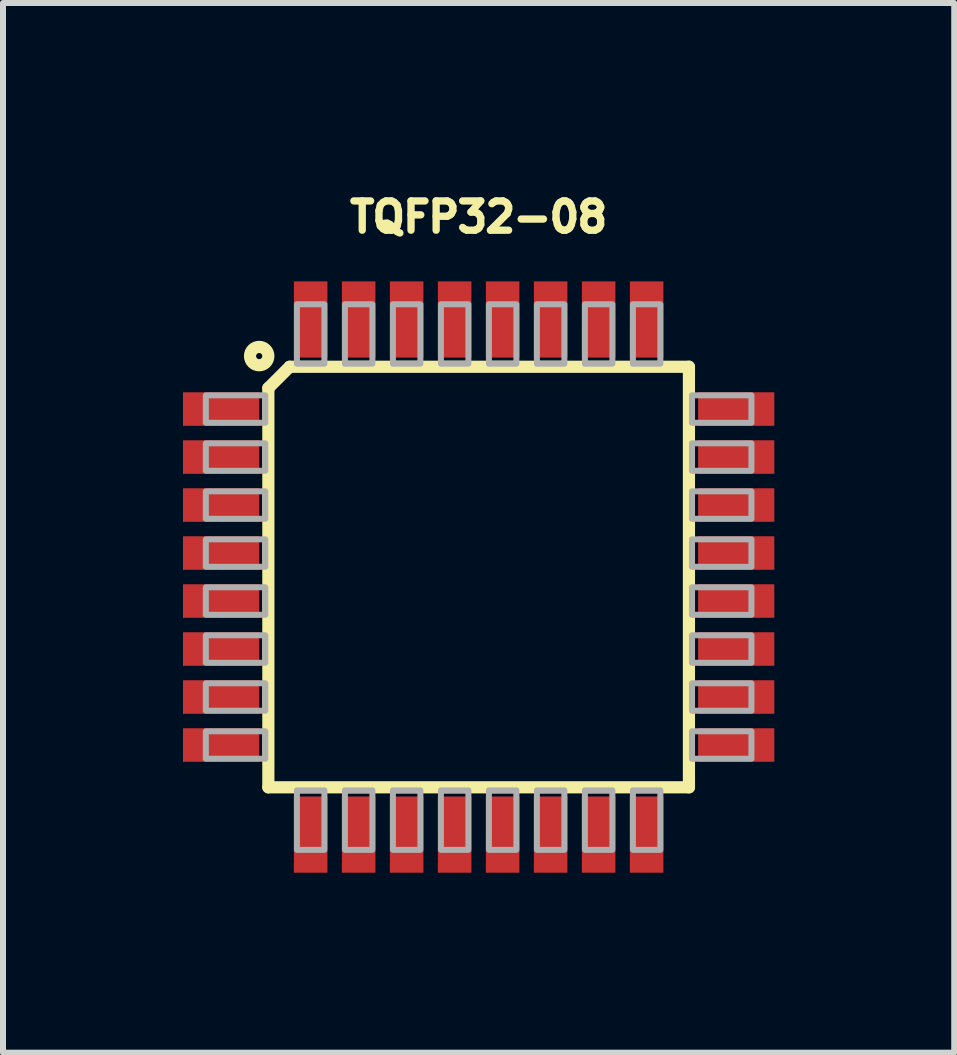
<source format=kicad_pcb>
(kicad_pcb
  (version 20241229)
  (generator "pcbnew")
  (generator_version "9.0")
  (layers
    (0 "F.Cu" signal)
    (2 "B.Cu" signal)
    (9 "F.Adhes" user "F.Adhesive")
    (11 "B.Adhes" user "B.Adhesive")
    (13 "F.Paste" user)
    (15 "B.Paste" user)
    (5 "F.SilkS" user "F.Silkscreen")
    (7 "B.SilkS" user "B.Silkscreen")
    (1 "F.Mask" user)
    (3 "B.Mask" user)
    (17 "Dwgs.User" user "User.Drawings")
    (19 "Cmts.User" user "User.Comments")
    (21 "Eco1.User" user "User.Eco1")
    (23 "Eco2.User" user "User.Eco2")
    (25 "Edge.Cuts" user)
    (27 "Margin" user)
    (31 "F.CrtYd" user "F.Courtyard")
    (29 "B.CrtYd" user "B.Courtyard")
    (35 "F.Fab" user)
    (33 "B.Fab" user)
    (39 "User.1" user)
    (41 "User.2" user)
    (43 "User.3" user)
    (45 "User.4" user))
  (footprint "TQFP32-08"
    (layer "F.Cu")
    (at 4.928 6.568)
    (property "Reference" "TQFP32-08" (at 0 -5.715 0) (unlocked yes) (layer "F.SilkS") (effects (font (size 0.488 0.488) (thickness 0.122)) (justify bottom)))
    (fp_line (start -3.505 3.505) (end -3.505 -3.15) (stroke (width 0.203) (type solid)) (layer "F.SilkS"))
    (fp_line (start -3.15 -3.505) (end -3.505 -3.15) (stroke (width 0.203) (type solid)) (layer "F.SilkS"))
    (fp_line (start -3.15 -3.505) (end 3.505 -3.505) (stroke (width 0.203) (type solid)) (layer "F.SilkS"))
    (fp_line (start 3.505 -3.505) (end 3.505 3.505) (stroke (width 0.203) (type solid)) (layer "F.SilkS"))
    (fp_line (start 3.505 3.505) (end -3.505 3.505) (stroke (width 0.203) (type solid)) (layer "F.SilkS"))
    (fp_circle (center -3.658 -3.683) (end -3.505 -3.683) (stroke (width 0.203) (type solid)) (fill no) (layer "F.SilkS"))
    (fp_poly (pts (xy -4.547 -2.571) (xy -3.556 -2.571) (xy -3.556 -3.029) (xy -4.547 -3.029)) (stroke (width 0.1) (type default)) (fill no) (layer "F.Fab"))
    (fp_poly (pts (xy -4.547 -1.771) (xy -3.556 -1.771) (xy -3.556 -2.229) (xy -4.547 -2.229)) (stroke (width 0.1) (type default)) (fill no) (layer "F.Fab"))
    (fp_poly (pts (xy -4.547 -0.971) (xy -3.556 -0.971) (xy -3.556 -1.429) (xy -4.547 -1.429)) (stroke (width 0.1) (type default)) (fill no) (layer "F.Fab"))
    (fp_poly (pts (xy -4.547 -0.171) (xy -3.556 -0.171) (xy -3.556 -0.629) (xy -4.547 -0.629)) (stroke (width 0.1) (type default)) (fill no) (layer "F.Fab"))
    (fp_poly (pts (xy -4.547 0.629) (xy -3.556 0.629) (xy -3.556 0.171) (xy -4.547 0.171)) (stroke (width 0.1) (type default)) (fill no) (layer "F.Fab"))
    (fp_poly (pts (xy -4.547 1.429) (xy -3.556 1.429) (xy -3.556 0.971) (xy -4.547 0.971)) (stroke (width 0.1) (type default)) (fill no) (layer "F.Fab"))
    (fp_poly (pts (xy -4.547 2.229) (xy -3.556 2.229) (xy -3.556 1.771) (xy -4.547 1.771)) (stroke (width 0.1) (type default)) (fill no) (layer "F.Fab"))
    (fp_poly (pts (xy -4.547 3.029) (xy -3.556 3.029) (xy -3.556 2.571) (xy -4.547 2.571)) (stroke (width 0.1) (type default)) (fill no) (layer "F.Fab"))
    (fp_poly (pts (xy -3.029 -3.556) (xy -2.571 -3.556) (xy -2.571 -4.547) (xy -3.029 -4.547)) (stroke (width 0.1) (type default)) (fill no) (layer "F.Fab"))
    (fp_poly (pts (xy -3.029 4.547) (xy -2.571 4.547) (xy -2.571 3.556) (xy -3.029 3.556)) (stroke (width 0.1) (type default)) (fill no) (layer "F.Fab"))
    (fp_poly (pts (xy -2.229 -3.556) (xy -1.771 -3.556) (xy -1.771 -4.547) (xy -2.229 -4.547)) (stroke (width 0.1) (type default)) (fill no) (layer "F.Fab"))
    (fp_poly (pts (xy -2.229 4.547) (xy -1.771 4.547) (xy -1.771 3.556) (xy -2.229 3.556)) (stroke (width 0.1) (type default)) (fill no) (layer "F.Fab"))
    (fp_poly (pts (xy -1.429 -3.556) (xy -0.971 -3.556) (xy -0.971 -4.547) (xy -1.429 -4.547)) (stroke (width 0.1) (type default)) (fill no) (layer "F.Fab"))
    (fp_poly (pts (xy -1.429 4.547) (xy -0.971 4.547) (xy -0.971 3.556) (xy -1.429 3.556)) (stroke (width 0.1) (type default)) (fill no) (layer "F.Fab"))
    (fp_poly (pts (xy -0.629 -3.556) (xy -0.171 -3.556) (xy -0.171 -4.547) (xy -0.629 -4.547)) (stroke (width 0.1) (type default)) (fill no) (layer "F.Fab"))
    (fp_poly (pts (xy -0.629 4.547) (xy -0.171 4.547) (xy -0.171 3.556) (xy -0.629 3.556)) (stroke (width 0.1) (type default)) (fill no) (layer "F.Fab"))
    (fp_poly (pts (xy 0.171 -3.556) (xy 0.629 -3.556) (xy 0.629 -4.547) (xy 0.171 -4.547)) (stroke (width 0.1) (type default)) (fill no) (layer "F.Fab"))
    (fp_poly (pts (xy 0.171 4.547) (xy 0.629 4.547) (xy 0.629 3.556) (xy 0.171 3.556)) (stroke (width 0.1) (type default)) (fill no) (layer "F.Fab"))
    (fp_poly (pts (xy 0.971 -3.556) (xy 1.429 -3.556) (xy 1.429 -4.547) (xy 0.971 -4.547)) (stroke (width 0.1) (type default)) (fill no) (layer "F.Fab"))
    (fp_poly (pts (xy 0.971 4.547) (xy 1.429 4.547) (xy 1.429 3.556) (xy 0.971 3.556)) (stroke (width 0.1) (type default)) (fill no) (layer "F.Fab"))
    (fp_poly (pts (xy 1.771 -3.556) (xy 2.229 -3.556) (xy 2.229 -4.547) (xy 1.771 -4.547)) (stroke (width 0.1) (type default)) (fill no) (layer "F.Fab"))
    (fp_poly (pts (xy 1.771 4.547) (xy 2.229 4.547) (xy 2.229 3.556) (xy 1.771 3.556)) (stroke (width 0.1) (type default)) (fill no) (layer "F.Fab"))
    (fp_poly (pts (xy 2.571 -3.556) (xy 3.029 -3.556) (xy 3.029 -4.547) (xy 2.571 -4.547)) (stroke (width 0.1) (type default)) (fill no) (layer "F.Fab"))
    (fp_poly (pts (xy 2.571 4.547) (xy 3.029 4.547) (xy 3.029 3.556) (xy 2.571 3.556)) (stroke (width 0.1) (type default)) (fill no) (layer "F.Fab"))
    (fp_poly (pts (xy 3.556 -2.571) (xy 4.547 -2.571) (xy 4.547 -3.029) (xy 3.556 -3.029)) (stroke (width 0.1) (type default)) (fill no) (layer "F.Fab"))
    (fp_poly (pts (xy 3.556 -1.771) (xy 4.547 -1.771) (xy 4.547 -2.229) (xy 3.556 -2.229)) (stroke (width 0.1) (type default)) (fill no) (layer "F.Fab"))
    (fp_poly (pts (xy 3.556 -0.971) (xy 4.547 -0.971) (xy 4.547 -1.429) (xy 3.556 -1.429)) (stroke (width 0.1) (type default)) (fill no) (layer "F.Fab"))
    (fp_poly (pts (xy 3.556 -0.171) (xy 4.547 -0.171) (xy 4.547 -0.629) (xy 3.556 -0.629)) (stroke (width 0.1) (type default)) (fill no) (layer "F.Fab"))
    (fp_poly (pts (xy 3.556 0.629) (xy 4.547 0.629) (xy 4.547 0.171) (xy 3.556 0.171)) (stroke (width 0.1) (type default)) (fill no) (layer "F.Fab"))
    (fp_poly (pts (xy 3.556 1.429) (xy 4.547 1.429) (xy 4.547 0.971) (xy 3.556 0.971)) (stroke (width 0.1) (type default)) (fill no) (layer "F.Fab"))
    (fp_poly (pts (xy 3.556 2.229) (xy 4.547 2.229) (xy 4.547 1.771) (xy 3.556 1.771)) (stroke (width 0.1) (type default)) (fill no) (layer "F.Fab"))
    (fp_poly (pts (xy 3.556 3.029) (xy 4.547 3.029) (xy 4.547 2.571) (xy 3.556 2.571)) (stroke (width 0.1) (type default)) (fill no) (layer "F.Fab"))
    (pad "1" smd rect (at -4.293 -2.8) (size 1.27 0.559) (layers "F.Cu" "F.Mask" "F.Paste"))
    (pad "2" smd rect (at -4.293 -2) (size 1.27 0.559) (layers "F.Cu" "F.Mask" "F.Paste"))
    (pad "3" smd rect (at -4.293 -1.2) (size 1.27 0.559) (layers "F.Cu" "F.Mask" "F.Paste"))
    (pad "4" smd rect (at -4.293 -0.4) (size 1.27 0.559) (layers "F.Cu" "F.Mask" "F.Paste"))
    (pad "5" smd rect (at -4.293 0.4) (size 1.27 0.559) (layers "F.Cu" "F.Mask" "F.Paste"))
    (pad "6" smd rect (at -4.293 1.2) (size 1.27 0.559) (layers "F.Cu" "F.Mask" "F.Paste"))
    (pad "7" smd rect (at -4.293 2) (size 1.27 0.559) (layers "F.Cu" "F.Mask" "F.Paste"))
    (pad "8" smd rect (at -4.293 2.8) (size 1.27 0.559) (layers "F.Cu" "F.Mask" "F.Paste"))
    (pad "9" smd rect (at -2.8 4.293) (size 0.559 1.27) (layers "F.Cu" "F.Mask" "F.Paste"))
    (pad "10" smd rect (at -2 4.293) (size 0.559 1.27) (layers "F.Cu" "F.Mask" "F.Paste"))
    (pad "11" smd rect (at -1.2 4.293) (size 0.559 1.27) (layers "F.Cu" "F.Mask" "F.Paste"))
    (pad "12" smd rect (at -0.4 4.293) (size 0.559 1.27) (layers "F.Cu" "F.Mask" "F.Paste"))
    (pad "13" smd rect (at 0.4 4.293) (size 0.559 1.27) (layers "F.Cu" "F.Mask" "F.Paste"))
    (pad "14" smd rect (at 1.2 4.293) (size 0.559 1.27) (layers "F.Cu" "F.Mask" "F.Paste"))
    (pad "15" smd rect (at 2 4.293) (size 0.559 1.27) (layers "F.Cu" "F.Mask" "F.Paste"))
    (pad "16" smd rect (at 2.8 4.293) (size 0.559 1.27) (layers "F.Cu" "F.Mask" "F.Paste"))
    (pad "17" smd rect (at 4.293 2.8) (size 1.27 0.559) (layers "F.Cu" "F.Mask" "F.Paste"))
    (pad "18" smd rect (at 4.293 2) (size 1.27 0.559) (layers "F.Cu" "F.Mask" "F.Paste"))
    (pad "19" smd rect (at 4.293 1.2) (size 1.27 0.559) (layers "F.Cu" "F.Mask" "F.Paste"))
    (pad "20" smd rect (at 4.293 0.4) (size 1.27 0.559) (layers "F.Cu" "F.Mask" "F.Paste"))
    (pad "21" smd rect (at 4.293 -0.4) (size 1.27 0.559) (layers "F.Cu" "F.Mask" "F.Paste"))
    (pad "22" smd rect (at 4.293 -1.2) (size 1.27 0.559) (layers "F.Cu" "F.Mask" "F.Paste"))
    (pad "23" smd rect (at 4.293 -2) (size 1.27 0.559) (layers "F.Cu" "F.Mask" "F.Paste"))
    (pad "24" smd rect (at 4.293 -2.8) (size 1.27 0.559) (layers "F.Cu" "F.Mask" "F.Paste"))
    (pad "25" smd rect (at 2.8 -4.293) (size 0.559 1.27) (layers "F.Cu" "F.Mask" "F.Paste"))
    (pad "26" smd rect (at 2 -4.293) (size 0.559 1.27) (layers "F.Cu" "F.Mask" "F.Paste"))
    (pad "27" smd rect (at 1.2 -4.293) (size 0.559 1.27) (layers "F.Cu" "F.Mask" "F.Paste"))
    (pad "28" smd rect (at 0.4 -4.293) (size 0.559 1.27) (layers "F.Cu" "F.Mask" "F.Paste"))
    (pad "29" smd rect (at -0.4 -4.293) (size 0.559 1.27) (layers "F.Cu" "F.Mask" "F.Paste"))
    (pad "30" smd rect (at -1.2 -4.293) (size 0.559 1.27) (layers "F.Cu" "F.Mask" "F.Paste"))
    (pad "31" smd rect (at -2 -4.293) (size 0.559 1.27) (layers "F.Cu" "F.Mask" "F.Paste"))
    (pad "32" smd rect (at -2.8 -4.293) (size 0.559 1.27) (layers "F.Cu" "F.Mask" "F.Paste")))
  (gr_rect
    (start -3 -3)
    (end 12.855 14.496)
    (stroke (width 0.1) (type default))
    (fill no)
    (layer "Edge.Cuts")))
</source>
